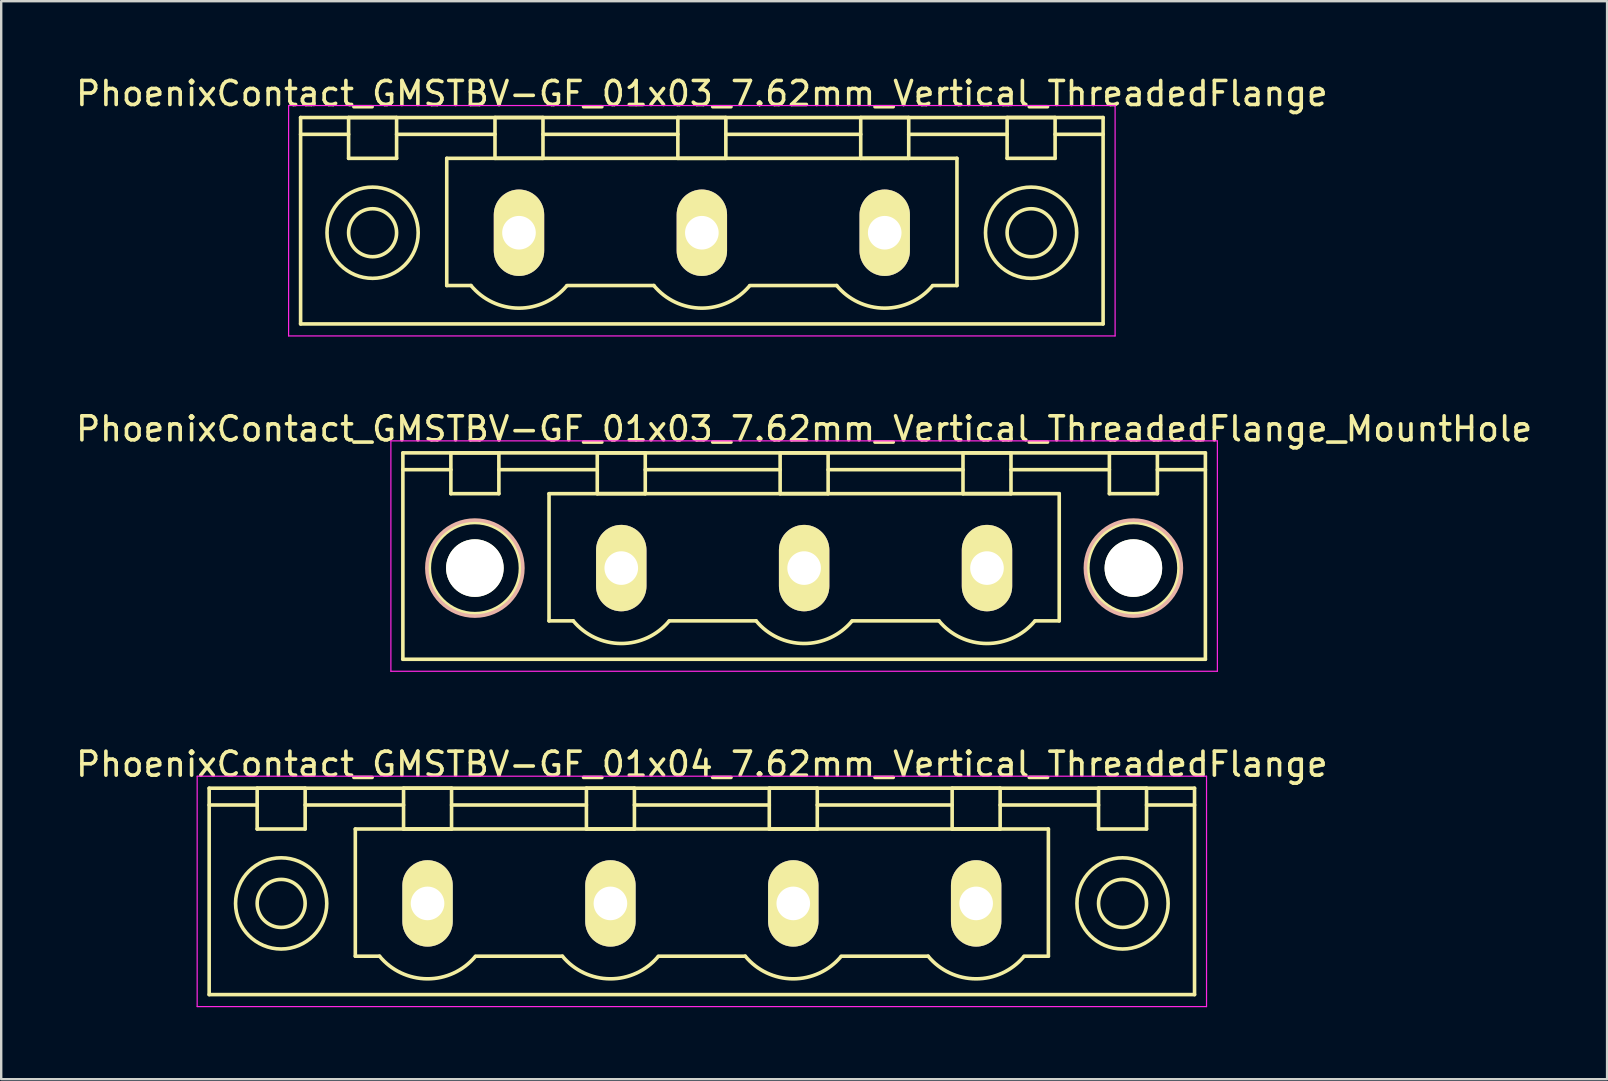
<source format=kicad_pcb>
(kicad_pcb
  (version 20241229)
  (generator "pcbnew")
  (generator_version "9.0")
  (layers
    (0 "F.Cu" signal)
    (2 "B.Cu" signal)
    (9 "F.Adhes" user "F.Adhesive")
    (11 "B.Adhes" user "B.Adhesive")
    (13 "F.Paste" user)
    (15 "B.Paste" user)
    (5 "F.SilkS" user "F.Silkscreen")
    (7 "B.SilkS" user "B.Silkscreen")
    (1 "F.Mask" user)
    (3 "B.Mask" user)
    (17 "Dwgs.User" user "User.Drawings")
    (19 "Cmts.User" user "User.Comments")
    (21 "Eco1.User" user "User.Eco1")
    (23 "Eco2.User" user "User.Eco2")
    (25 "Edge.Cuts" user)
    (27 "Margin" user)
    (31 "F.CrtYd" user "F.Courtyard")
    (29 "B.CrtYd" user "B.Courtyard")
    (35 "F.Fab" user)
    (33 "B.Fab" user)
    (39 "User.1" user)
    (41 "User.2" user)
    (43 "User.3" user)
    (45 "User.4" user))
  (footprint "PhoenixContact_GMSTBV-GF_01x03_7.62mm_Vertical_ThreadedFlange"
    (layer "F.Cu")
    (at 18.576 6.648)
    (property "Reference" "PhoenixContact_GMSTBV-GF_01x03_7.62mm_Vertical_ThreadedFlange" (at 7.62 -5.8 0) (layer "F.SilkS") (effects (font (size 1 1) (thickness 0.15))))
    (attr through_hole)
    (fp_line (start -9.1 -4.8) (end -9.1 3.8) (stroke (width 0.15) (type solid)) (layer "F.SilkS"))
    (fp_line (start -9.1 -4.1) (end -7.1 -4.1) (stroke (width 0.15) (type solid)) (layer "F.SilkS"))
    (fp_line (start -9.1 3.8) (end 24.34 3.8) (stroke (width 0.15) (type solid)) (layer "F.SilkS"))
    (fp_line (start -7.1 -4.8) (end -5.1 -4.8) (stroke (width 0.15) (type solid)) (layer "F.SilkS"))
    (fp_line (start -7.1 -3.1) (end -7.1 -4.8) (stroke (width 0.15) (type solid)) (layer "F.SilkS"))
    (fp_line (start -5.1 -4.8) (end -5.1 -3.1) (stroke (width 0.15) (type solid)) (layer "F.SilkS"))
    (fp_line (start -5.1 -4.1) (end -1 -4.1) (stroke (width 0.15) (type solid)) (layer "F.SilkS"))
    (fp_line (start -5.1 -3.1) (end -7.1 -3.1) (stroke (width 0.15) (type solid)) (layer "F.SilkS"))
    (fp_line (start -3.01 -3.1) (end 18.25 -3.1) (stroke (width 0.15) (type solid)) (layer "F.SilkS"))
    (fp_line (start -3.01 2.2) (end -3.01 -3.1) (stroke (width 0.15) (type solid)) (layer "F.SilkS"))
    (fp_line (start -2 2.2) (end -3.01 2.2) (stroke (width 0.15) (type solid)) (layer "F.SilkS"))
    (fp_line (start -1 -4.8) (end 1 -4.8) (stroke (width 0.15) (type solid)) (layer "F.SilkS"))
    (fp_line (start -1 -3.1) (end -1 -4.8) (stroke (width 0.15) (type solid)) (layer "F.SilkS"))
    (fp_line (start 1 -4.8) (end 1 -3.1) (stroke (width 0.15) (type solid)) (layer "F.SilkS"))
    (fp_line (start 1 -4.1) (end 6.62 -4.1) (stroke (width 0.15) (type solid)) (layer "F.SilkS"))
    (fp_line (start 1 -3.1) (end -1 -3.1) (stroke (width 0.15) (type solid)) (layer "F.SilkS"))
    (fp_line (start 2 2.2) (end 5.62 2.2) (stroke (width 0.15) (type solid)) (layer "F.SilkS"))
    (fp_line (start 6.62 -4.8) (end 8.62 -4.8) (stroke (width 0.15) (type solid)) (layer "F.SilkS"))
    (fp_line (start 6.62 -3.1) (end 6.62 -4.8) (stroke (width 0.15) (type solid)) (layer "F.SilkS"))
    (fp_line (start 8.62 -4.8) (end 8.62 -3.1) (stroke (width 0.15) (type solid)) (layer "F.SilkS"))
    (fp_line (start 8.62 -4.1) (end 14.24 -4.1) (stroke (width 0.15) (type solid)) (layer "F.SilkS"))
    (fp_line (start 8.62 -3.1) (end 6.62 -3.1) (stroke (width 0.15) (type solid)) (layer "F.SilkS"))
    (fp_line (start 9.62 2.2) (end 13.24 2.2) (stroke (width 0.15) (type solid)) (layer "F.SilkS"))
    (fp_line (start 14.24 -4.8) (end 16.24 -4.8) (stroke (width 0.15) (type solid)) (layer "F.SilkS"))
    (fp_line (start 14.24 -3.1) (end 14.24 -4.8) (stroke (width 0.15) (type solid)) (layer "F.SilkS"))
    (fp_line (start 16.24 -4.8) (end 16.24 -3.1) (stroke (width 0.15) (type solid)) (layer "F.SilkS"))
    (fp_line (start 16.24 -4.1) (end 20.34 -4.1) (stroke (width 0.15) (type solid)) (layer "F.SilkS"))
    (fp_line (start 16.24 -3.1) (end 14.24 -3.1) (stroke (width 0.15) (type solid)) (layer "F.SilkS"))
    (fp_line (start 18.25 -3.1) (end 18.25 2.2) (stroke (width 0.15) (type solid)) (layer "F.SilkS"))
    (fp_line (start 18.25 2.2) (end 17.24 2.2) (stroke (width 0.15) (type solid)) (layer "F.SilkS"))
    (fp_line (start 20.34 -4.8) (end 22.34 -4.8) (stroke (width 0.15) (type solid)) (layer "F.SilkS"))
    (fp_line (start 20.34 -3.1) (end 20.34 -4.8) (stroke (width 0.15) (type solid)) (layer "F.SilkS"))
    (fp_line (start 22.34 -4.8) (end 22.34 -3.1) (stroke (width 0.15) (type solid)) (layer "F.SilkS"))
    (fp_line (start 22.34 -3.1) (end 20.34 -3.1) (stroke (width 0.15) (type solid)) (layer "F.SilkS"))
    (fp_line (start 24.34 -4.8) (end -9.1 -4.8) (stroke (width 0.15) (type solid)) (layer "F.SilkS"))
    (fp_line (start 24.34 -4.1) (end 22.34 -4.1) (stroke (width 0.15) (type solid)) (layer "F.SilkS"))
    (fp_line (start 24.34 3.8) (end 24.34 -4.8) (stroke (width 0.15) (type solid)) (layer "F.SilkS"))
    (fp_arc (start 1.986842 2.215821) (mid -0.010289 3.142758) (end -2 2.2) (stroke (width 0.15) (type solid)) (layer "F.SilkS"))
    (fp_arc (start 9.606842 2.215821) (mid 7.609711 3.142758) (end 5.62 2.2) (stroke (width 0.15) (type solid)) (layer "F.SilkS"))
    (fp_arc (start 17.226842 2.215821) (mid 15.229711 3.142758) (end 13.24 2.2) (stroke (width 0.15) (type solid)) (layer "F.SilkS"))
    (fp_circle (center -6.1 0) (end -5.1 0) (stroke (width 0.15) (type solid)) (fill no) (layer "F.SilkS"))
    (fp_circle (center -6.1 0) (end -4.2 0) (stroke (width 0.15) (type solid)) (fill no) (layer "F.SilkS"))
    (fp_circle (center 21.34 0) (end 22.34 0) (stroke (width 0.15) (type solid)) (fill no) (layer "F.SilkS"))
    (fp_circle (center 21.34 0) (end 23.24 0) (stroke (width 0.15) (type solid)) (fill no) (layer "F.SilkS"))
    (fp_line (start -9.6 -5.3) (end -9.6 4.3) (stroke (width 0.05) (type solid)) (layer "F.CrtYd"))
    (fp_line (start -9.6 4.3) (end 24.84 4.3) (stroke (width 0.05) (type solid)) (layer "F.CrtYd"))
    (fp_line (start 24.84 -5.3) (end -9.6 -5.3) (stroke (width 0.05) (type solid)) (layer "F.CrtYd"))
    (fp_line (start 24.84 4.3) (end 24.84 -5.3) (stroke (width 0.05) (type solid)) (layer "F.CrtYd"))
    (pad "1" thru_hole oval (at 0 0) (size 2.1 3.6) (drill 1.4) (layers "*.Cu" "*.Mask" "F.SilkS"))
    (pad "2" thru_hole oval (at 7.62 0) (size 2.1 3.6) (drill 1.4) (layers "*.Cu" "*.Mask" "F.SilkS"))
    (pad "3" thru_hole oval (at 15.24 0) (size 2.1 3.6) (drill 1.4) (layers "*.Cu" "*.Mask" "F.SilkS")))
  (footprint "PhoenixContact_GMSTBV-GF_01x03_7.62mm_Vertical_ThreadedFlange_MountHole"
    (layer "F.Cu")
    (at 22.838 20.622)
    (property "Reference" "PhoenixContact_GMSTBV-GF_01x03_7.62mm_Vertical_ThreadedFlange_MountHole" (at 7.62 -5.8 0) (layer "F.SilkS") (effects (font (size 1 1) (thickness 0.15))))
    (attr through_hole)
    (fp_line (start -9.1 -4.8) (end -9.1 3.8) (stroke (width 0.15) (type solid)) (layer "F.SilkS"))
    (fp_line (start -9.1 -4.1) (end -7.1 -4.1) (stroke (width 0.15) (type solid)) (layer "F.SilkS"))
    (fp_line (start -9.1 3.8) (end 24.34 3.8) (stroke (width 0.15) (type solid)) (layer "F.SilkS"))
    (fp_line (start -7.1 -4.8) (end -5.1 -4.8) (stroke (width 0.15) (type solid)) (layer "F.SilkS"))
    (fp_line (start -7.1 -3.1) (end -7.1 -4.8) (stroke (width 0.15) (type solid)) (layer "F.SilkS"))
    (fp_line (start -5.1 -4.8) (end -5.1 -3.1) (stroke (width 0.15) (type solid)) (layer "F.SilkS"))
    (fp_line (start -5.1 -4.1) (end -1 -4.1) (stroke (width 0.15) (type solid)) (layer "F.SilkS"))
    (fp_line (start -5.1 -3.1) (end -7.1 -3.1) (stroke (width 0.15) (type solid)) (layer "F.SilkS"))
    (fp_line (start -3.01 -3.1) (end 18.25 -3.1) (stroke (width 0.15) (type solid)) (layer "F.SilkS"))
    (fp_line (start -3.01 2.2) (end -3.01 -3.1) (stroke (width 0.15) (type solid)) (layer "F.SilkS"))
    (fp_line (start -2 2.2) (end -3.01 2.2) (stroke (width 0.15) (type solid)) (layer "F.SilkS"))
    (fp_line (start -1 -4.8) (end 1 -4.8) (stroke (width 0.15) (type solid)) (layer "F.SilkS"))
    (fp_line (start -1 -3.1) (end -1 -4.8) (stroke (width 0.15) (type solid)) (layer "F.SilkS"))
    (fp_line (start 1 -4.8) (end 1 -3.1) (stroke (width 0.15) (type solid)) (layer "F.SilkS"))
    (fp_line (start 1 -4.1) (end 6.62 -4.1) (stroke (width 0.15) (type solid)) (layer "F.SilkS"))
    (fp_line (start 1 -3.1) (end -1 -3.1) (stroke (width 0.15) (type solid)) (layer "F.SilkS"))
    (fp_line (start 2 2.2) (end 5.62 2.2) (stroke (width 0.15) (type solid)) (layer "F.SilkS"))
    (fp_line (start 6.62 -4.8) (end 8.62 -4.8) (stroke (width 0.15) (type solid)) (layer "F.SilkS"))
    (fp_line (start 6.62 -3.1) (end 6.62 -4.8) (stroke (width 0.15) (type solid)) (layer "F.SilkS"))
    (fp_line (start 8.62 -4.8) (end 8.62 -3.1) (stroke (width 0.15) (type solid)) (layer "F.SilkS"))
    (fp_line (start 8.62 -4.1) (end 14.24 -4.1) (stroke (width 0.15) (type solid)) (layer "F.SilkS"))
    (fp_line (start 8.62 -3.1) (end 6.62 -3.1) (stroke (width 0.15) (type solid)) (layer "F.SilkS"))
    (fp_line (start 9.62 2.2) (end 13.24 2.2) (stroke (width 0.15) (type solid)) (layer "F.SilkS"))
    (fp_line (start 14.24 -4.8) (end 16.24 -4.8) (stroke (width 0.15) (type solid)) (layer "F.SilkS"))
    (fp_line (start 14.24 -3.1) (end 14.24 -4.8) (stroke (width 0.15) (type solid)) (layer "F.SilkS"))
    (fp_line (start 16.24 -4.8) (end 16.24 -3.1) (stroke (width 0.15) (type solid)) (layer "F.SilkS"))
    (fp_line (start 16.24 -4.1) (end 20.34 -4.1) (stroke (width 0.15) (type solid)) (layer "F.SilkS"))
    (fp_line (start 16.24 -3.1) (end 14.24 -3.1) (stroke (width 0.15) (type solid)) (layer "F.SilkS"))
    (fp_line (start 18.25 -3.1) (end 18.25 2.2) (stroke (width 0.15) (type solid)) (layer "F.SilkS"))
    (fp_line (start 18.25 2.2) (end 17.24 2.2) (stroke (width 0.15) (type solid)) (layer "F.SilkS"))
    (fp_line (start 20.34 -4.8) (end 22.34 -4.8) (stroke (width 0.15) (type solid)) (layer "F.SilkS"))
    (fp_line (start 20.34 -3.1) (end 20.34 -4.8) (stroke (width 0.15) (type solid)) (layer "F.SilkS"))
    (fp_line (start 22.34 -4.8) (end 22.34 -3.1) (stroke (width 0.15) (type solid)) (layer "F.SilkS"))
    (fp_line (start 22.34 -3.1) (end 20.34 -3.1) (stroke (width 0.15) (type solid)) (layer "F.SilkS"))
    (fp_line (start 24.34 -4.8) (end -9.1 -4.8) (stroke (width 0.15) (type solid)) (layer "F.SilkS"))
    (fp_line (start 24.34 -4.1) (end 22.34 -4.1) (stroke (width 0.15) (type solid)) (layer "F.SilkS"))
    (fp_line (start 24.34 3.8) (end 24.34 -4.8) (stroke (width 0.15) (type solid)) (layer "F.SilkS"))
    (fp_arc (start 1.986842 2.215821) (mid -0.010289 3.142758) (end -2 2.2) (stroke (width 0.15) (type solid)) (layer "F.SilkS"))
    (fp_arc (start 9.606842 2.215821) (mid 7.609711 3.142758) (end 5.62 2.2) (stroke (width 0.15) (type solid)) (layer "F.SilkS"))
    (fp_arc (start 17.226842 2.215821) (mid 15.229711 3.142758) (end 13.24 2.2) (stroke (width 0.15) (type solid)) (layer "F.SilkS"))
    (fp_circle (center -6.1 0) (end -5.1 0) (stroke (width 0.15) (type solid)) (fill no) (layer "F.SilkS"))
    (fp_circle (center -6.1 0) (end -4.2 0) (stroke (width 0.15) (type solid)) (fill no) (layer "F.SilkS"))
    (fp_circle (center 21.34 0) (end 22.34 0) (stroke (width 0.15) (type solid)) (fill no) (layer "F.SilkS"))
    (fp_circle (center 21.34 0) (end 23.24 0) (stroke (width 0.15) (type solid)) (fill no) (layer "F.SilkS"))
    (fp_circle (center -6.1 0) (end -4.1 0) (stroke (width 0.15) (type solid)) (fill no) (layer "B.SilkS"))
    (fp_circle (center 21.34 0) (end 23.34 0) (stroke (width 0.15) (type solid)) (fill no) (layer "B.SilkS"))
    (fp_line (start -9.6 -5.3) (end -9.6 4.3) (stroke (width 0.05) (type solid)) (layer "F.CrtYd"))
    (fp_line (start -9.6 4.3) (end 24.84 4.3) (stroke (width 0.05) (type solid)) (layer "F.CrtYd"))
    (fp_line (start 24.84 -5.3) (end -9.6 -5.3) (stroke (width 0.05) (type solid)) (layer "F.CrtYd"))
    (fp_line (start 24.84 4.3) (end 24.84 -5.3) (stroke (width 0.05) (type solid)) (layer "F.CrtYd"))
    (pad "" np_thru_hole circle (at -6.1 0) (size 2.4 2.4) (drill 2.4) (layers "*.Cu" "*.Mask" "F.SilkS"))
    (pad "" np_thru_hole circle (at 21.34 0) (size 2.4 2.4) (drill 2.4) (layers "*.Cu" "*.Mask" "F.SilkS"))
    (pad "1" thru_hole oval (at 0 0) (size 2.1 3.6) (drill 1.4) (layers "*.Cu" "*.Mask" "F.SilkS"))
    (pad "2" thru_hole oval (at 7.62 0) (size 2.1 3.6) (drill 1.4) (layers "*.Cu" "*.Mask" "F.SilkS"))
    (pad "3" thru_hole oval (at 15.24 0) (size 2.1 3.6) (drill 1.4) (layers "*.Cu" "*.Mask" "F.SilkS")))
  (footprint "PhoenixContact_GMSTBV-GF_01x04_7.62mm_Vertical_ThreadedFlange"
    (layer "F.Cu")
    (at 14.766 34.595)
    (property "Reference" "PhoenixContact_GMSTBV-GF_01x04_7.62mm_Vertical_ThreadedFlange" (at 11.43 -5.8 0) (layer "F.SilkS") (effects (font (size 1 1) (thickness 0.15))))
    (attr through_hole)
    (fp_line (start -9.1 -4.8) (end -9.1 3.8) (stroke (width 0.15) (type solid)) (layer "F.SilkS"))
    (fp_line (start -9.1 -4.1) (end -7.1 -4.1) (stroke (width 0.15) (type solid)) (layer "F.SilkS"))
    (fp_line (start -9.1 3.8) (end 31.96 3.8) (stroke (width 0.15) (type solid)) (layer "F.SilkS"))
    (fp_line (start -7.1 -4.8) (end -5.1 -4.8) (stroke (width 0.15) (type solid)) (layer "F.SilkS"))
    (fp_line (start -7.1 -3.1) (end -7.1 -4.8) (stroke (width 0.15) (type solid)) (layer "F.SilkS"))
    (fp_line (start -5.1 -4.8) (end -5.1 -3.1) (stroke (width 0.15) (type solid)) (layer "F.SilkS"))
    (fp_line (start -5.1 -4.1) (end -1 -4.1) (stroke (width 0.15) (type solid)) (layer "F.SilkS"))
    (fp_line (start -5.1 -3.1) (end -7.1 -3.1) (stroke (width 0.15) (type solid)) (layer "F.SilkS"))
    (fp_line (start -3.01 -3.1) (end 25.87 -3.1) (stroke (width 0.15) (type solid)) (layer "F.SilkS"))
    (fp_line (start -3.01 2.2) (end -3.01 -3.1) (stroke (width 0.15) (type solid)) (layer "F.SilkS"))
    (fp_line (start -2 2.2) (end -3.01 2.2) (stroke (width 0.15) (type solid)) (layer "F.SilkS"))
    (fp_line (start -1 -4.8) (end 1 -4.8) (stroke (width 0.15) (type solid)) (layer "F.SilkS"))
    (fp_line (start -1 -3.1) (end -1 -4.8) (stroke (width 0.15) (type solid)) (layer "F.SilkS"))
    (fp_line (start 1 -4.8) (end 1 -3.1) (stroke (width 0.15) (type solid)) (layer "F.SilkS"))
    (fp_line (start 1 -4.1) (end 6.62 -4.1) (stroke (width 0.15) (type solid)) (layer "F.SilkS"))
    (fp_line (start 1 -3.1) (end -1 -3.1) (stroke (width 0.15) (type solid)) (layer "F.SilkS"))
    (fp_line (start 2 2.2) (end 5.62 2.2) (stroke (width 0.15) (type solid)) (layer "F.SilkS"))
    (fp_line (start 6.62 -4.8) (end 8.62 -4.8) (stroke (width 0.15) (type solid)) (layer "F.SilkS"))
    (fp_line (start 6.62 -3.1) (end 6.62 -4.8) (stroke (width 0.15) (type solid)) (layer "F.SilkS"))
    (fp_line (start 8.62 -4.8) (end 8.62 -3.1) (stroke (width 0.15) (type solid)) (layer "F.SilkS"))
    (fp_line (start 8.62 -4.1) (end 14.24 -4.1) (stroke (width 0.15) (type solid)) (layer "F.SilkS"))
    (fp_line (start 8.62 -3.1) (end 6.62 -3.1) (stroke (width 0.15) (type solid)) (layer "F.SilkS"))
    (fp_line (start 9.62 2.2) (end 13.24 2.2) (stroke (width 0.15) (type solid)) (layer "F.SilkS"))
    (fp_line (start 14.24 -4.8) (end 16.24 -4.8) (stroke (width 0.15) (type solid)) (layer "F.SilkS"))
    (fp_line (start 14.24 -3.1) (end 14.24 -4.8) (stroke (width 0.15) (type solid)) (layer "F.SilkS"))
    (fp_line (start 16.24 -4.8) (end 16.24 -3.1) (stroke (width 0.15) (type solid)) (layer "F.SilkS"))
    (fp_line (start 16.24 -4.1) (end 21.86 -4.1) (stroke (width 0.15) (type solid)) (layer "F.SilkS"))
    (fp_line (start 16.24 -3.1) (end 14.24 -3.1) (stroke (width 0.15) (type solid)) (layer "F.SilkS"))
    (fp_line (start 17.24 2.2) (end 20.86 2.2) (stroke (width 0.15) (type solid)) (layer "F.SilkS"))
    (fp_line (start 21.86 -4.8) (end 23.86 -4.8) (stroke (width 0.15) (type solid)) (layer "F.SilkS"))
    (fp_line (start 21.86 -3.1) (end 21.86 -4.8) (stroke (width 0.15) (type solid)) (layer "F.SilkS"))
    (fp_line (start 23.86 -4.8) (end 23.86 -3.1) (stroke (width 0.15) (type solid)) (layer "F.SilkS"))
    (fp_line (start 23.86 -4.1) (end 27.96 -4.1) (stroke (width 0.15) (type solid)) (layer "F.SilkS"))
    (fp_line (start 23.86 -3.1) (end 21.86 -3.1) (stroke (width 0.15) (type solid)) (layer "F.SilkS"))
    (fp_line (start 25.87 -3.1) (end 25.87 2.2) (stroke (width 0.15) (type solid)) (layer "F.SilkS"))
    (fp_line (start 25.87 2.2) (end 24.86 2.2) (stroke (width 0.15) (type solid)) (layer "F.SilkS"))
    (fp_line (start 27.96 -4.8) (end 29.96 -4.8) (stroke (width 0.15) (type solid)) (layer "F.SilkS"))
    (fp_line (start 27.96 -3.1) (end 27.96 -4.8) (stroke (width 0.15) (type solid)) (layer "F.SilkS"))
    (fp_line (start 29.96 -4.8) (end 29.96 -3.1) (stroke (width 0.15) (type solid)) (layer "F.SilkS"))
    (fp_line (start 29.96 -3.1) (end 27.96 -3.1) (stroke (width 0.15) (type solid)) (layer "F.SilkS"))
    (fp_line (start 31.96 -4.8) (end -9.1 -4.8) (stroke (width 0.15) (type solid)) (layer "F.SilkS"))
    (fp_line (start 31.96 -4.1) (end 29.96 -4.1) (stroke (width 0.15) (type solid)) (layer "F.SilkS"))
    (fp_line (start 31.96 3.8) (end 31.96 -4.8) (stroke (width 0.15) (type solid)) (layer "F.SilkS"))
    (fp_arc (start 1.986842 2.215821) (mid -0.010289 3.142758) (end -2 2.2) (stroke (width 0.15) (type solid)) (layer "F.SilkS"))
    (fp_arc (start 9.606842 2.215821) (mid 7.609711 3.142758) (end 5.62 2.2) (stroke (width 0.15) (type solid)) (layer "F.SilkS"))
    (fp_arc (start 17.226842 2.215821) (mid 15.229711 3.142758) (end 13.24 2.2) (stroke (width 0.15) (type solid)) (layer "F.SilkS"))
    (fp_arc (start 24.846842 2.215821) (mid 22.849711 3.142758) (end 20.86 2.2) (stroke (width 0.15) (type solid)) (layer "F.SilkS"))
    (fp_circle (center -6.1 0) (end -5.1 0) (stroke (width 0.15) (type solid)) (fill no) (layer "F.SilkS"))
    (fp_circle (center -6.1 0) (end -4.2 0) (stroke (width 0.15) (type solid)) (fill no) (layer "F.SilkS"))
    (fp_circle (center 28.96 0) (end 29.96 0) (stroke (width 0.15) (type solid)) (fill no) (layer "F.SilkS"))
    (fp_circle (center 28.96 0) (end 30.86 0) (stroke (width 0.15) (type solid)) (fill no) (layer "F.SilkS"))
    (fp_line (start -9.6 -5.3) (end -9.6 4.3) (stroke (width 0.05) (type solid)) (layer "F.CrtYd"))
    (fp_line (start -9.6 4.3) (end 32.46 4.3) (stroke (width 0.05) (type solid)) (layer "F.CrtYd"))
    (fp_line (start 32.46 -5.3) (end -9.6 -5.3) (stroke (width 0.05) (type solid)) (layer "F.CrtYd"))
    (fp_line (start 32.46 4.3) (end 32.46 -5.3) (stroke (width 0.05) (type solid)) (layer "F.CrtYd"))
    (pad "1" thru_hole oval (at 0 0) (size 2.1 3.6) (drill 1.4) (layers "*.Cu" "*.Mask" "F.SilkS"))
    (pad "2" thru_hole oval (at 7.62 0) (size 2.1 3.6) (drill 1.4) (layers "*.Cu" "*.Mask" "F.SilkS"))
    (pad "3" thru_hole oval (at 15.24 0) (size 2.1 3.6) (drill 1.4) (layers "*.Cu" "*.Mask" "F.SilkS"))
    (pad "4" thru_hole oval (at 22.86 0) (size 2.1 3.6) (drill 1.4) (layers "*.Cu" "*.Mask" "F.SilkS")))
  (gr_rect
    (start -3 -3)
    (end 63.917 41.92)
    (stroke (width 0.1) (type default))
    (fill no)
    (layer "Edge.Cuts")))
</source>
